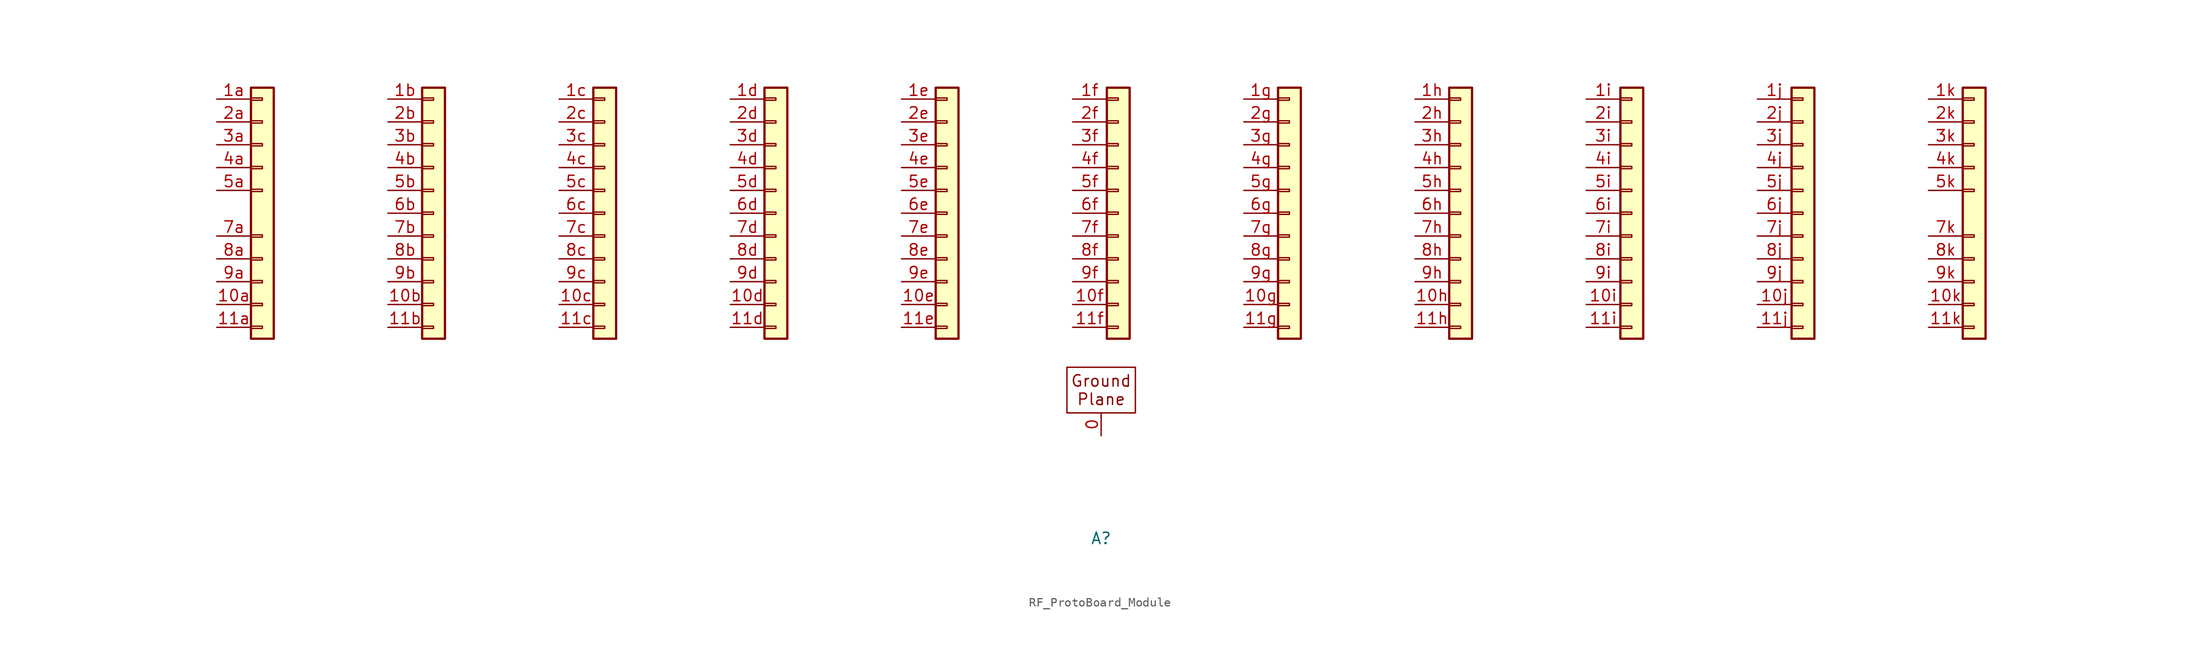
<source format=kicad_sym>
(kicad_symbol_lib
  (version 20220914)
  (generator kicad_symbol_editor)
  (symbol "RF_ProtoBoard_Module"
    (pin_names hide)
    (property "Reference" "A"
      (at 0 -36.195 0)
      (effects (font (size 1.27 1.27))))
    (symbol "RF_ProtoBoard_Module_0_1"
      (rectangle (start -3.81 -17.145) (end 3.81 -22.225) (stroke (width 0) (type default)) (fill (type none))))
    (symbol "RF_ProtoBoard_Module_1_1"
      (rectangle (start -94.615 -12.573) (end -93.345 -12.827) (stroke (width 0.152) (type default)) (fill (type none)))
      (rectangle (start -94.615 -10.033) (end -93.345 -10.287) (stroke (width 0.152) (type default)) (fill (type none)))
      (rectangle (start -94.615 -7.493) (end -93.345 -7.747) (stroke (width 0.152) (type default)) (fill (type none)))
      (rectangle (start -94.615 -4.953) (end -93.345 -5.207) (stroke (width 0.152) (type default)) (fill (type none)))
      (rectangle (start -94.615 -2.413) (end -93.345 -2.667) (stroke (width 0.152) (type default)) (fill (type none)))
      (rectangle (start -94.615 2.667) (end -93.345 2.413) (stroke (width 0.152) (type default)) (fill (type none)))
      (rectangle (start -94.615 5.207) (end -93.345 4.953) (stroke (width 0.152) (type default)) (fill (type none)))
      (rectangle (start -94.615 7.747) (end -93.345 7.493) (stroke (width 0.152) (type default)) (fill (type none)))
      (rectangle (start -94.615 10.287) (end -93.345 10.033) (stroke (width 0.152) (type default)) (fill (type none)))
      (rectangle (start -94.615 12.827) (end -93.345 12.573) (stroke (width 0.152) (type default)) (fill (type none)))
      (rectangle (start -94.615 13.97) (end -92.075 -13.97) (stroke (width 0.254) (type default)) (fill (type background)))
      (rectangle (start -75.565 -12.573) (end -74.295 -12.827) (stroke (width 0.152) (type default)) (fill (type none)))
      (rectangle (start -75.565 -10.033) (end -74.295 -10.287) (stroke (width 0.152) (type default)) (fill (type none)))
      (rectangle (start -75.565 -7.493) (end -74.295 -7.747) (stroke (width 0.152) (type default)) (fill (type none)))
      (rectangle (start -75.565 -4.953) (end -74.295 -5.207) (stroke (width 0.152) (type default)) (fill (type none)))
      (rectangle (start -75.565 -2.413) (end -74.295 -2.667) (stroke (width 0.152) (type default)) (fill (type none)))
      (rectangle (start -75.565 0.127) (end -74.295 -0.127) (stroke (width 0.152) (type default)) (fill (type none)))
      (rectangle (start -75.565 2.667) (end -74.295 2.413) (stroke (width 0.152) (type default)) (fill (type none)))
      (rectangle (start -75.565 5.207) (end -74.295 4.953) (stroke (width 0.152) (type default)) (fill (type none)))
      (rectangle (start -75.565 7.747) (end -74.295 7.493) (stroke (width 0.152) (type default)) (fill (type none)))
      (rectangle (start -75.565 10.287) (end -74.295 10.033) (stroke (width 0.152) (type default)) (fill (type none)))
      (rectangle (start -75.565 12.827) (end -74.295 12.573) (stroke (width 0.152) (type default)) (fill (type none)))
      (rectangle (start -75.565 13.97) (end -73.025 -13.97) (stroke (width 0.254) (type default)) (fill (type background)))
      (rectangle (start -56.515 -12.573) (end -55.245 -12.827) (stroke (width 0.152) (type default)) (fill (type none)))
      (rectangle (start -56.515 -10.033) (end -55.245 -10.287) (stroke (width 0.152) (type default)) (fill (type none)))
      (rectangle (start -56.515 -7.493) (end -55.245 -7.747) (stroke (width 0.152) (type default)) (fill (type none)))
      (rectangle (start -56.515 -4.953) (end -55.245 -5.207) (stroke (width 0.152) (type default)) (fill (type none)))
      (rectangle (start -56.515 -2.413) (end -55.245 -2.667) (stroke (width 0.152) (type default)) (fill (type none)))
      (rectangle (start -56.515 0.127) (end -55.245 -0.127) (stroke (width 0.152) (type default)) (fill (type none)))
      (rectangle (start -56.515 2.667) (end -55.245 2.413) (stroke (width 0.152) (type default)) (fill (type none)))
      (rectangle (start -56.515 5.207) (end -55.245 4.953) (stroke (width 0.152) (type default)) (fill (type none)))
      (rectangle (start -56.515 7.747) (end -55.245 7.493) (stroke (width 0.152) (type default)) (fill (type none)))
      (rectangle (start -56.515 10.287) (end -55.245 10.033) (stroke (width 0.152) (type default)) (fill (type none)))
      (rectangle (start -56.515 12.827) (end -55.245 12.573) (stroke (width 0.152) (type default)) (fill (type none)))
      (rectangle (start -56.515 13.97) (end -53.975 -13.97) (stroke (width 0.254) (type default)) (fill (type background)))
      (rectangle (start -37.465 -12.573) (end -36.195 -12.827) (stroke (width 0.152) (type default)) (fill (type none)))
      (rectangle (start -37.465 -10.033) (end -36.195 -10.287) (stroke (width 0.152) (type default)) (fill (type none)))
      (rectangle (start -37.465 -7.493) (end -36.195 -7.747) (stroke (width 0.152) (type default)) (fill (type none)))
      (rectangle (start -37.465 -4.953) (end -36.195 -5.207) (stroke (width 0.152) (type default)) (fill (type none)))
      (rectangle (start -37.465 -2.413) (end -36.195 -2.667) (stroke (width 0.152) (type default)) (fill (type none)))
      (rectangle (start -37.465 0.127) (end -36.195 -0.127) (stroke (width 0.152) (type default)) (fill (type none)))
      (rectangle (start -37.465 2.667) (end -36.195 2.413) (stroke (width 0.152) (type default)) (fill (type none)))
      (rectangle (start -37.465 5.207) (end -36.195 4.953) (stroke (width 0.152) (type default)) (fill (type none)))
      (rectangle (start -37.465 7.747) (end -36.195 7.493) (stroke (width 0.152) (type default)) (fill (type none)))
      (rectangle (start -37.465 10.287) (end -36.195 10.033) (stroke (width 0.152) (type default)) (fill (type none)))
      (rectangle (start -37.465 12.827) (end -36.195 12.573) (stroke (width 0.152) (type default)) (fill (type none)))
      (rectangle (start -37.465 13.97) (end -34.925 -13.97) (stroke (width 0.254) (type default)) (fill (type background)))
      (rectangle (start -18.415 -12.573) (end -17.145 -12.827) (stroke (width 0.152) (type default)) (fill (type none)))
      (rectangle (start -18.415 -10.033) (end -17.145 -10.287) (stroke (width 0.152) (type default)) (fill (type none)))
      (rectangle (start -18.415 -7.493) (end -17.145 -7.747) (stroke (width 0.152) (type default)) (fill (type none)))
      (rectangle (start -18.415 -4.953) (end -17.145 -5.207) (stroke (width 0.152) (type default)) (fill (type none)))
      (rectangle (start -18.415 -2.413) (end -17.145 -2.667) (stroke (width 0.152) (type default)) (fill (type none)))
      (rectangle (start -18.415 0.127) (end -17.145 -0.127) (stroke (width 0.152) (type default)) (fill (type none)))
      (rectangle (start -18.415 2.667) (end -17.145 2.413) (stroke (width 0.152) (type default)) (fill (type none)))
      (rectangle (start -18.415 5.207) (end -17.145 4.953) (stroke (width 0.152) (type default)) (fill (type none)))
      (rectangle (start -18.415 7.747) (end -17.145 7.493) (stroke (width 0.152) (type default)) (fill (type none)))
      (rectangle (start -18.415 10.287) (end -17.145 10.033) (stroke (width 0.152) (type default)) (fill (type none)))
      (rectangle (start -18.415 12.827) (end -17.145 12.573) (stroke (width 0.152) (type default)) (fill (type none)))
      (rectangle (start -18.415 13.97) (end -15.875 -13.97) (stroke (width 0.254) (type default)) (fill (type background)))
      (rectangle (start 0.635 -12.573) (end 1.905 -12.827) (stroke (width 0.152) (type default)) (fill (type none)))
      (rectangle (start 0.635 -10.033) (end 1.905 -10.287) (stroke (width 0.152) (type default)) (fill (type none)))
      (rectangle (start 0.635 -7.493) (end 1.905 -7.747) (stroke (width 0.152) (type default)) (fill (type none)))
      (rectangle (start 0.635 -4.953) (end 1.905 -5.207) (stroke (width 0.152) (type default)) (fill (type none)))
      (rectangle (start 0.635 -2.413) (end 1.905 -2.667) (stroke (width 0.152) (type default)) (fill (type none)))
      (rectangle (start 0.635 0.127) (end 1.905 -0.127) (stroke (width 0.152) (type default)) (fill (type none)))
      (rectangle (start 0.635 2.667) (end 1.905 2.413) (stroke (width 0.152) (type default)) (fill (type none)))
      (rectangle (start 0.635 5.207) (end 1.905 4.953) (stroke (width 0.152) (type default)) (fill (type none)))
      (rectangle (start 0.635 7.747) (end 1.905 7.493) (stroke (width 0.152) (type default)) (fill (type none)))
      (rectangle (start 0.635 10.287) (end 1.905 10.033) (stroke (width 0.152) (type default)) (fill (type none)))
      (rectangle (start 0.635 12.827) (end 1.905 12.573) (stroke (width 0.152) (type default)) (fill (type none)))
      (rectangle (start 0.635 13.97) (end 3.175 -13.97) (stroke (width 0.254) (type default)) (fill (type background)))
      (rectangle (start 19.685 -12.573) (end 20.955 -12.827) (stroke (width 0.152) (type default)) (fill (type none)))
      (rectangle (start 19.685 -10.033) (end 20.955 -10.287) (stroke (width 0.152) (type default)) (fill (type none)))
      (rectangle (start 19.685 -7.493) (end 20.955 -7.747) (stroke (width 0.152) (type default)) (fill (type none)))
      (rectangle (start 19.685 -4.953) (end 20.955 -5.207) (stroke (width 0.152) (type default)) (fill (type none)))
      (rectangle (start 19.685 -2.413) (end 20.955 -2.667) (stroke (width 0.152) (type default)) (fill (type none)))
      (rectangle (start 19.685 0.127) (end 20.955 -0.127) (stroke (width 0.152) (type default)) (fill (type none)))
      (rectangle (start 19.685 2.667) (end 20.955 2.413) (stroke (width 0.152) (type default)) (fill (type none)))
      (rectangle (start 19.685 5.207) (end 20.955 4.953) (stroke (width 0.152) (type default)) (fill (type none)))
      (rectangle (start 19.685 7.747) (end 20.955 7.493) (stroke (width 0.152) (type default)) (fill (type none)))
      (rectangle (start 19.685 10.287) (end 20.955 10.033) (stroke (width 0.152) (type default)) (fill (type none)))
      (rectangle (start 19.685 12.827) (end 20.955 12.573) (stroke (width 0.152) (type default)) (fill (type none)))
      (rectangle (start 19.685 13.97) (end 22.225 -13.97) (stroke (width 0.254) (type default)) (fill (type background)))
      (rectangle (start 38.735 -12.573) (end 40.005 -12.827) (stroke (width 0.152) (type default)) (fill (type none)))
      (rectangle (start 38.735 -10.033) (end 40.005 -10.287) (stroke (width 0.152) (type default)) (fill (type none)))
      (rectangle (start 38.735 -7.493) (end 40.005 -7.747) (stroke (width 0.152) (type default)) (fill (type none)))
      (rectangle (start 38.735 -4.953) (end 40.005 -5.207) (stroke (width 0.152) (type default)) (fill (type none)))
      (rectangle (start 38.735 -2.413) (end 40.005 -2.667) (stroke (width 0.152) (type default)) (fill (type none)))
      (rectangle (start 38.735 0.127) (end 40.005 -0.127) (stroke (width 0.152) (type default)) (fill (type none)))
      (rectangle (start 38.735 2.667) (end 40.005 2.413) (stroke (width 0.152) (type default)) (fill (type none)))
      (rectangle (start 38.735 5.207) (end 40.005 4.953) (stroke (width 0.152) (type default)) (fill (type none)))
      (rectangle (start 38.735 7.747) (end 40.005 7.493) (stroke (width 0.152) (type default)) (fill (type none)))
      (rectangle (start 38.735 10.287) (end 40.005 10.033) (stroke (width 0.152) (type default)) (fill (type none)))
      (rectangle (start 38.735 12.827) (end 40.005 12.573) (stroke (width 0.152) (type default)) (fill (type none)))
      (rectangle (start 38.735 13.97) (end 41.275 -13.97) (stroke (width 0.254) (type default)) (fill (type background)))
      (rectangle (start 57.785 -12.573) (end 59.055 -12.827) (stroke (width 0.152) (type default)) (fill (type none)))
      (rectangle (start 57.785 -10.033) (end 59.055 -10.287) (stroke (width 0.152) (type default)) (fill (type none)))
      (rectangle (start 57.785 -7.493) (end 59.055 -7.747) (stroke (width 0.152) (type default)) (fill (type none)))
      (rectangle (start 57.785 -4.953) (end 59.055 -5.207) (stroke (width 0.152) (type default)) (fill (type none)))
      (rectangle (start 57.785 -2.413) (end 59.055 -2.667) (stroke (width 0.152) (type default)) (fill (type none)))
      (rectangle (start 57.785 0.127) (end 59.055 -0.127) (stroke (width 0.152) (type default)) (fill (type none)))
      (rectangle (start 57.785 2.667) (end 59.055 2.413) (stroke (width 0.152) (type default)) (fill (type none)))
      (rectangle (start 57.785 5.207) (end 59.055 4.953) (stroke (width 0.152) (type default)) (fill (type none)))
      (rectangle (start 57.785 7.747) (end 59.055 7.493) (stroke (width 0.152) (type default)) (fill (type none)))
      (rectangle (start 57.785 10.287) (end 59.055 10.033) (stroke (width 0.152) (type default)) (fill (type none)))
      (rectangle (start 57.785 12.827) (end 59.055 12.573) (stroke (width 0.152) (type default)) (fill (type none)))
      (rectangle (start 57.785 13.97) (end 60.325 -13.97) (stroke (width 0.254) (type default)) (fill (type background)))
      (rectangle (start 76.835 -12.573) (end 78.105 -12.827) (stroke (width 0.152) (type default)) (fill (type none)))
      (rectangle (start 76.835 -10.033) (end 78.105 -10.287) (stroke (width 0.152) (type default)) (fill (type none)))
      (rectangle (start 76.835 -7.493) (end 78.105 -7.747) (stroke (width 0.152) (type default)) (fill (type none)))
      (rectangle (start 76.835 -4.953) (end 78.105 -5.207) (stroke (width 0.152) (type default)) (fill (type none)))
      (rectangle (start 76.835 -2.413) (end 78.105 -2.667) (stroke (width 0.152) (type default)) (fill (type none)))
      (rectangle (start 76.835 0.127) (end 78.105 -0.127) (stroke (width 0.152) (type default)) (fill (type none)))
      (rectangle (start 76.835 2.667) (end 78.105 2.413) (stroke (width 0.152) (type default)) (fill (type none)))
      (rectangle (start 76.835 5.207) (end 78.105 4.953) (stroke (width 0.152) (type default)) (fill (type none)))
      (rectangle (start 76.835 7.747) (end 78.105 7.493) (stroke (width 0.152) (type default)) (fill (type none)))
      (rectangle (start 76.835 10.287) (end 78.105 10.033) (stroke (width 0.152) (type default)) (fill (type none)))
      (rectangle (start 76.835 12.827) (end 78.105 12.573) (stroke (width 0.152) (type default)) (fill (type none)))
      (rectangle (start 76.835 13.97) (end 79.375 -13.97) (stroke (width 0.254) (type default)) (fill (type background)))
      (rectangle (start 95.885 -12.573) (end 97.155 -12.827) (stroke (width 0.152) (type default)) (fill (type none)))
      (rectangle (start 95.885 -10.033) (end 97.155 -10.287) (stroke (width 0.152) (type default)) (fill (type none)))
      (rectangle (start 95.885 -7.493) (end 97.155 -7.747) (stroke (width 0.152) (type default)) (fill (type none)))
      (rectangle (start 95.885 -4.953) (end 97.155 -5.207) (stroke (width 0.152) (type default)) (fill (type none)))
      (rectangle (start 95.885 -2.413) (end 97.155 -2.667) (stroke (width 0.152) (type default)) (fill (type none)))
      (rectangle (start 95.885 2.667) (end 97.155 2.413) (stroke (width 0.152) (type default)) (fill (type none)))
      (rectangle (start 95.885 5.207) (end 97.155 4.953) (stroke (width 0.152) (type default)) (fill (type none)))
      (rectangle (start 95.885 7.747) (end 97.155 7.493) (stroke (width 0.152) (type default)) (fill (type none)))
      (rectangle (start 95.885 10.287) (end 97.155 10.033) (stroke (width 0.152) (type default)) (fill (type none)))
      (rectangle (start 95.885 12.827) (end 97.155 12.573) (stroke (width 0.152) (type default)) (fill (type none)))
      (rectangle (start 95.885 13.97) (end 98.425 -13.97) (stroke (width 0.254) (type default)) (fill (type background)))
      (text "Ground\nPlane" (at 0 -19.685 0) (effects (font (size 1.27 1.27))))
      (pin passive line (at 0 -24.765 90) (length 2.54) (name "Pin_Gnd" (effects (font (size 1.27 1.27)))) (number "0" (effects (font (size 1.27 1.27)))))
      (pin passive line (at -98.425 -10.16 0) (length 3.81) (name "Pin_10a" (effects (font (size 1.27 1.27)))) (number "10a" (effects (font (size 1.27 1.27)))))
      (pin passive line (at -79.375 -10.16 0) (length 3.81) (name "Pin_10b" (effects (font (size 1.27 1.27)))) (number "10b" (effects (font (size 1.27 1.27)))))
      (pin passive line (at -60.325 -10.16 0) (length 3.81) (name "Pin_10c" (effects (font (size 1.27 1.27)))) (number "10c" (effects (font (size 1.27 1.27)))))
      (pin passive line (at -41.275 -10.16 0) (length 3.81) (name "Pin_10d" (effects (font (size 1.27 1.27)))) (number "10d" (effects (font (size 1.27 1.27)))))
      (pin passive line (at -22.225 -10.16 0) (length 3.81) (name "Pin_10e" (effects (font (size 1.27 1.27)))) (number "10e" (effects (font (size 1.27 1.27)))))
      (pin passive line (at -3.175 -10.16 0) (length 3.81) (name "Pin_10f" (effects (font (size 1.27 1.27)))) (number "10f" (effects (font (size 1.27 1.27)))))
      (pin passive line (at 15.875 -10.16 0) (length 3.81) (name "Pin_10g" (effects (font (size 1.27 1.27)))) (number "10g" (effects (font (size 1.27 1.27)))))
      (pin passive line (at 34.925 -10.16 0) (length 3.81) (name "Pin_10h" (effects (font (size 1.27 1.27)))) (number "10h" (effects (font (size 1.27 1.27)))))
      (pin passive line (at 53.975 -10.16 0) (length 3.81) (name "Pin_10i" (effects (font (size 1.27 1.27)))) (number "10i" (effects (font (size 1.27 1.27)))))
      (pin passive line (at 73.025 -10.16 0) (length 3.81) (name "Pin_10j" (effects (font (size 1.27 1.27)))) (number "10j" (effects (font (size 1.27 1.27)))))
      (pin passive line (at 92.075 -10.16 0) (length 3.81) (name "Pin_10k" (effects (font (size 1.27 1.27)))) (number "10k" (effects (font (size 1.27 1.27)))))
      (pin passive line (at -98.425 -12.7 0) (length 3.81) (name "Pin_11a" (effects (font (size 1.27 1.27)))) (number "11a" (effects (font (size 1.27 1.27)))))
      (pin passive line (at -79.375 -12.7 0) (length 3.81) (name "Pin_11b" (effects (font (size 1.27 1.27)))) (number "11b" (effects (font (size 1.27 1.27)))))
      (pin passive line (at -60.325 -12.7 0) (length 3.81) (name "Pin_11c" (effects (font (size 1.27 1.27)))) (number "11c" (effects (font (size 1.27 1.27)))))
      (pin passive line (at -41.275 -12.7 0) (length 3.81) (name "Pin_11d" (effects (font (size 1.27 1.27)))) (number "11d" (effects (font (size 1.27 1.27)))))
      (pin passive line (at -22.225 -12.7 0) (length 3.81) (name "Pin_11e" (effects (font (size 1.27 1.27)))) (number "11e" (effects (font (size 1.27 1.27)))))
      (pin passive line (at -3.175 -12.7 0) (length 3.81) (name "Pin_11f" (effects (font (size 1.27 1.27)))) (number "11f" (effects (font (size 1.27 1.27)))))
      (pin passive line (at 15.875 -12.7 0) (length 3.81) (name "Pin_11g" (effects (font (size 1.27 1.27)))) (number "11g" (effects (font (size 1.27 1.27)))))
      (pin passive line (at 34.925 -12.7 0) (length 3.81) (name "Pin_11h" (effects (font (size 1.27 1.27)))) (number "11h" (effects (font (size 1.27 1.27)))))
      (pin passive line (at 53.975 -12.7 0) (length 3.81) (name "Pin_11i" (effects (font (size 1.27 1.27)))) (number "11i" (effects (font (size 1.27 1.27)))))
      (pin passive line (at 73.025 -12.7 0) (length 3.81) (name "Pin_11j" (effects (font (size 1.27 1.27)))) (number "11j" (effects (font (size 1.27 1.27)))))
      (pin passive line (at 92.075 -12.7 0) (length 3.81) (name "Pin_11k" (effects (font (size 1.27 1.27)))) (number "11k" (effects (font (size 1.27 1.27)))))
      (pin passive line (at -98.425 12.7 0) (length 3.81) (name "Pin_1a" (effects (font (size 1.27 1.27)))) (number "1a" (effects (font (size 1.27 1.27)))))
      (pin passive line (at -79.375 12.7 0) (length 3.81) (name "Pin_1b" (effects (font (size 1.27 1.27)))) (number "1b" (effects (font (size 1.27 1.27)))))
      (pin passive line (at -60.325 12.7 0) (length 3.81) (name "Pin_1c" (effects (font (size 1.27 1.27)))) (number "1c" (effects (font (size 1.27 1.27)))))
      (pin passive line (at -41.275 12.7 0) (length 3.81) (name "Pin_1d" (effects (font (size 1.27 1.27)))) (number "1d" (effects (font (size 1.27 1.27)))))
      (pin passive line (at -22.225 12.7 0) (length 3.81) (name "Pin_1e" (effects (font (size 1.27 1.27)))) (number "1e" (effects (font (size 1.27 1.27)))))
      (pin passive line (at -3.175 12.7 0) (length 3.81) (name "Pin_1f" (effects (font (size 1.27 1.27)))) (number "1f" (effects (font (size 1.27 1.27)))))
      (pin passive line (at 15.875 12.7 0) (length 3.81) (name "Pin_1g" (effects (font (size 1.27 1.27)))) (number "1g" (effects (font (size 1.27 1.27)))))
      (pin passive line (at 34.925 12.7 0) (length 3.81) (name "Pin_1h" (effects (font (size 1.27 1.27)))) (number "1h" (effects (font (size 1.27 1.27)))))
      (pin passive line (at 53.975 12.7 0) (length 3.81) (name "Pin_1i" (effects (font (size 1.27 1.27)))) (number "1i" (effects (font (size 1.27 1.27)))))
      (pin passive line (at 73.025 12.7 0) (length 3.81) (name "Pin_1j" (effects (font (size 1.27 1.27)))) (number "1j" (effects (font (size 1.27 1.27)))))
      (pin passive line (at 92.075 12.7 0) (length 3.81) (name "Pin_1k" (effects (font (size 1.27 1.27)))) (number "1k" (effects (font (size 1.27 1.27)))))
      (pin passive line (at -98.425 10.16 0) (length 3.81) (name "Pin_2a" (effects (font (size 1.27 1.27)))) (number "2a" (effects (font (size 1.27 1.27)))))
      (pin passive line (at -79.375 10.16 0) (length 3.81) (name "Pin_2b" (effects (font (size 1.27 1.27)))) (number "2b" (effects (font (size 1.27 1.27)))))
      (pin passive line (at -60.325 10.16 0) (length 3.81) (name "Pin_2c" (effects (font (size 1.27 1.27)))) (number "2c" (effects (font (size 1.27 1.27)))))
      (pin passive line (at -41.275 10.16 0) (length 3.81) (name "Pin_2d" (effects (font (size 1.27 1.27)))) (number "2d" (effects (font (size 1.27 1.27)))))
      (pin passive line (at -22.225 10.16 0) (length 3.81) (name "Pin_2e" (effects (font (size 1.27 1.27)))) (number "2e" (effects (font (size 1.27 1.27)))))
      (pin passive line (at -3.175 10.16 0) (length 3.81) (name "Pin_2f" (effects (font (size 1.27 1.27)))) (number "2f" (effects (font (size 1.27 1.27)))))
      (pin passive line (at 15.875 10.16 0) (length 3.81) (name "Pin_2g" (effects (font (size 1.27 1.27)))) (number "2g" (effects (font (size 1.27 1.27)))))
      (pin passive line (at 34.925 10.16 0) (length 3.81) (name "Pin_2h" (effects (font (size 1.27 1.27)))) (number "2h" (effects (font (size 1.27 1.27)))))
      (pin passive line (at 53.975 10.16 0) (length 3.81) (name "Pin_2i" (effects (font (size 1.27 1.27)))) (number "2i" (effects (font (size 1.27 1.27)))))
      (pin passive line (at 73.025 10.16 0) (length 3.81) (name "Pin_2j" (effects (font (size 1.27 1.27)))) (number "2j" (effects (font (size 1.27 1.27)))))
      (pin passive line (at 92.075 10.16 0) (length 3.81) (name "Pin_2k" (effects (font (size 1.27 1.27)))) (number "2k" (effects (font (size 1.27 1.27)))))
      (pin passive line (at -98.425 7.62 0) (length 3.81) (name "Pin_3a" (effects (font (size 1.27 1.27)))) (number "3a" (effects (font (size 1.27 1.27)))))
      (pin passive line (at -79.375 7.62 0) (length 3.81) (name "Pin_3b" (effects (font (size 1.27 1.27)))) (number "3b" (effects (font (size 1.27 1.27)))))
      (pin passive line (at -60.325 7.62 0) (length 3.81) (name "Pin_3c" (effects (font (size 1.27 1.27)))) (number "3c" (effects (font (size 1.27 1.27)))))
      (pin passive line (at -41.275 7.62 0) (length 3.81) (name "Pin_3d" (effects (font (size 1.27 1.27)))) (number "3d" (effects (font (size 1.27 1.27)))))
      (pin passive line (at -22.225 7.62 0) (length 3.81) (name "Pin_3e" (effects (font (size 1.27 1.27)))) (number "3e" (effects (font (size 1.27 1.27)))))
      (pin passive line (at -3.175 7.62 0) (length 3.81) (name "Pin_3f" (effects (font (size 1.27 1.27)))) (number "3f" (effects (font (size 1.27 1.27)))))
      (pin passive line (at 15.875 7.62 0) (length 3.81) (name "Pin_3g" (effects (font (size 1.27 1.27)))) (number "3g" (effects (font (size 1.27 1.27)))))
      (pin passive line (at 34.925 7.62 0) (length 3.81) (name "Pin_3h" (effects (font (size 1.27 1.27)))) (number "3h" (effects (font (size 1.27 1.27)))))
      (pin passive line (at 53.975 7.62 0) (length 3.81) (name "Pin_3i" (effects (font (size 1.27 1.27)))) (number "3i" (effects (font (size 1.27 1.27)))))
      (pin passive line (at 73.025 7.62 0) (length 3.81) (name "Pin_3j" (effects (font (size 1.27 1.27)))) (number "3j" (effects (font (size 1.27 1.27)))))
      (pin passive line (at 92.075 7.62 0) (length 3.81) (name "Pin_3k" (effects (font (size 1.27 1.27)))) (number "3k" (effects (font (size 1.27 1.27)))))
      (pin passive line (at -98.425 5.08 0) (length 3.81) (name "Pin_4a" (effects (font (size 1.27 1.27)))) (number "4a" (effects (font (size 1.27 1.27)))))
      (pin passive line (at -79.375 5.08 0) (length 3.81) (name "Pin_4b" (effects (font (size 1.27 1.27)))) (number "4b" (effects (font (size 1.27 1.27)))))
      (pin passive line (at -60.325 5.08 0) (length 3.81) (name "Pin_4c" (effects (font (size 1.27 1.27)))) (number "4c" (effects (font (size 1.27 1.27)))))
      (pin passive line (at -41.275 5.08 0) (length 3.81) (name "Pin_4d" (effects (font (size 1.27 1.27)))) (number "4d" (effects (font (size 1.27 1.27)))))
      (pin passive line (at -22.225 5.08 0) (length 3.81) (name "Pin_4e" (effects (font (size 1.27 1.27)))) (number "4e" (effects (font (size 1.27 1.27)))))
      (pin passive line (at -3.175 5.08 0) (length 3.81) (name "Pin_4f" (effects (font (size 1.27 1.27)))) (number "4f" (effects (font (size 1.27 1.27)))))
      (pin passive line (at 15.875 5.08 0) (length 3.81) (name "Pin_4g" (effects (font (size 1.27 1.27)))) (number "4g" (effects (font (size 1.27 1.27)))))
      (pin passive line (at 34.925 5.08 0) (length 3.81) (name "Pin_4h" (effects (font (size 1.27 1.27)))) (number "4h" (effects (font (size 1.27 1.27)))))
      (pin passive line (at 53.975 5.08 0) (length 3.81) (name "Pin_4i" (effects (font (size 1.27 1.27)))) (number "4i" (effects (font (size 1.27 1.27)))))
      (pin passive line (at 73.025 5.08 0) (length 3.81) (name "Pin_4j" (effects (font (size 1.27 1.27)))) (number "4j" (effects (font (size 1.27 1.27)))))
      (pin passive line (at 92.075 5.08 0) (length 3.81) (name "Pin_4k" (effects (font (size 1.27 1.27)))) (number "4k" (effects (font (size 1.27 1.27)))))
      (pin passive line (at -98.425 2.54 0) (length 3.81) (name "Pin_5a" (effects (font (size 1.27 1.27)))) (number "5a" (effects (font (size 1.27 1.27)))))
      (pin passive line (at -79.375 2.54 0) (length 3.81) (name "Pin_5b" (effects (font (size 1.27 1.27)))) (number "5b" (effects (font (size 1.27 1.27)))))
      (pin passive line (at -60.325 2.54 0) (length 3.81) (name "Pin_5c" (effects (font (size 1.27 1.27)))) (number "5c" (effects (font (size 1.27 1.27)))))
      (pin passive line (at -41.275 2.54 0) (length 3.81) (name "Pin_5d" (effects (font (size 1.27 1.27)))) (number "5d" (effects (font (size 1.27 1.27)))))
      (pin passive line (at -22.225 2.54 0) (length 3.81) (name "Pin_5e" (effects (font (size 1.27 1.27)))) (number "5e" (effects (font (size 1.27 1.27)))))
      (pin passive line (at -3.175 2.54 0) (length 3.81) (name "Pin_5f" (effects (font (size 1.27 1.27)))) (number "5f" (effects (font (size 1.27 1.27)))))
      (pin passive line (at 15.875 2.54 0) (length 3.81) (name "Pin_5g" (effects (font (size 1.27 1.27)))) (number "5g" (effects (font (size 1.27 1.27)))))
      (pin passive line (at 34.925 2.54 0) (length 3.81) (name "Pin_5h" (effects (font (size 1.27 1.27)))) (number "5h" (effects (font (size 1.27 1.27)))))
      (pin passive line (at 53.975 2.54 0) (length 3.81) (name "Pin_5i" (effects (font (size 1.27 1.27)))) (number "5i" (effects (font (size 1.27 1.27)))))
      (pin passive line (at 73.025 2.54 0) (length 3.81) (name "Pin_5j" (effects (font (size 1.27 1.27)))) (number "5j" (effects (font (size 1.27 1.27)))))
      (pin passive line (at 92.075 2.54 0) (length 3.81) (name "Pin_5k" (effects (font (size 1.27 1.27)))) (number "5k" (effects (font (size 1.27 1.27)))))
      (pin passive line (at -79.375 0 0) (length 3.81) (name "Pin_6b" (effects (font (size 1.27 1.27)))) (number "6b" (effects (font (size 1.27 1.27)))))
      (pin passive line (at -60.325 0 0) (length 3.81) (name "Pin_6c" (effects (font (size 1.27 1.27)))) (number "6c" (effects (font (size 1.27 1.27)))))
      (pin passive line (at -41.275 0 0) (length 3.81) (name "Pin_6d" (effects (font (size 1.27 1.27)))) (number "6d" (effects (font (size 1.27 1.27)))))
      (pin passive line (at -22.225 0 0) (length 3.81) (name "Pin_6e" (effects (font (size 1.27 1.27)))) (number "6e" (effects (font (size 1.27 1.27)))))
      (pin passive line (at -3.175 0 0) (length 3.81) (name "Pin_6f" (effects (font (size 1.27 1.27)))) (number "6f" (effects (font (size 1.27 1.27)))))
      (pin passive line (at 15.875 0 0) (length 3.81) (name "Pin_6g" (effects (font (size 1.27 1.27)))) (number "6g" (effects (font (size 1.27 1.27)))))
      (pin passive line (at 34.925 0 0) (length 3.81) (name "Pin_6h" (effects (font (size 1.27 1.27)))) (number "6h" (effects (font (size 1.27 1.27)))))
      (pin passive line (at 53.975 0 0) (length 3.81) (name "Pin_6i" (effects (font (size 1.27 1.27)))) (number "6i" (effects (font (size 1.27 1.27)))))
      (pin passive line (at 73.025 0 0) (length 3.81) (name "Pin_6j" (effects (font (size 1.27 1.27)))) (number "6j" (effects (font (size 1.27 1.27)))))
      (pin passive line (at -98.425 -2.54 0) (length 3.81) (name "Pin_7a" (effects (font (size 1.27 1.27)))) (number "7a" (effects (font (size 1.27 1.27)))))
      (pin passive line (at -79.375 -2.54 0) (length 3.81) (name "Pin_7b" (effects (font (size 1.27 1.27)))) (number "7b" (effects (font (size 1.27 1.27)))))
      (pin passive line (at -60.325 -2.54 0) (length 3.81) (name "Pin_7c" (effects (font (size 1.27 1.27)))) (number "7c" (effects (font (size 1.27 1.27)))))
      (pin passive line (at -41.275 -2.54 0) (length 3.81) (name "Pin_7d" (effects (font (size 1.27 1.27)))) (number "7d" (effects (font (size 1.27 1.27)))))
      (pin passive line (at -22.225 -2.54 0) (length 3.81) (name "Pin_7e" (effects (font (size 1.27 1.27)))) (number "7e" (effects (font (size 1.27 1.27)))))
      (pin passive line (at -3.175 -2.54 0) (length 3.81) (name "Pin_7f" (effects (font (size 1.27 1.27)))) (number "7f" (effects (font (size 1.27 1.27)))))
      (pin passive line (at 15.875 -2.54 0) (length 3.81) (name "Pin_7g" (effects (font (size 1.27 1.27)))) (number "7g" (effects (font (size 1.27 1.27)))))
      (pin passive line (at 34.925 -2.54 0) (length 3.81) (name "Pin_7h" (effects (font (size 1.27 1.27)))) (number "7h" (effects (font (size 1.27 1.27)))))
      (pin passive line (at 53.975 -2.54 0) (length 3.81) (name "Pin_7i" (effects (font (size 1.27 1.27)))) (number "7i" (effects (font (size 1.27 1.27)))))
      (pin passive line (at 73.025 -2.54 0) (length 3.81) (name "Pin_7j" (effects (font (size 1.27 1.27)))) (number "7j" (effects (font (size 1.27 1.27)))))
      (pin passive line (at 92.075 -2.54 0) (length 3.81) (name "Pin_7k" (effects (font (size 1.27 1.27)))) (number "7k" (effects (font (size 1.27 1.27)))))
      (pin passive line (at -98.425 -5.08 0) (length 3.81) (name "Pin_8a" (effects (font (size 1.27 1.27)))) (number "8a" (effects (font (size 1.27 1.27)))))
      (pin passive line (at -79.375 -5.08 0) (length 3.81) (name "Pin_8b" (effects (font (size 1.27 1.27)))) (number "8b" (effects (font (size 1.27 1.27)))))
      (pin passive line (at -60.325 -5.08 0) (length 3.81) (name "Pin_8c" (effects (font (size 1.27 1.27)))) (number "8c" (effects (font (size 1.27 1.27)))))
      (pin passive line (at -41.275 -5.08 0) (length 3.81) (name "Pin_8d" (effects (font (size 1.27 1.27)))) (number "8d" (effects (font (size 1.27 1.27)))))
      (pin passive line (at -22.225 -5.08 0) (length 3.81) (name "Pin_8e" (effects (font (size 1.27 1.27)))) (number "8e" (effects (font (size 1.27 1.27)))))
      (pin passive line (at -3.175 -5.08 0) (length 3.81) (name "Pin_8f" (effects (font (size 1.27 1.27)))) (number "8f" (effects (font (size 1.27 1.27)))))
      (pin passive line (at 15.875 -5.08 0) (length 3.81) (name "Pin_8g" (effects (font (size 1.27 1.27)))) (number "8g" (effects (font (size 1.27 1.27)))))
      (pin passive line (at 34.925 -5.08 0) (length 3.81) (name "Pin_8h" (effects (font (size 1.27 1.27)))) (number "8h" (effects (font (size 1.27 1.27)))))
      (pin passive line (at 53.975 -5.08 0) (length 3.81) (name "Pin_8i" (effects (font (size 1.27 1.27)))) (number "8i" (effects (font (size 1.27 1.27)))))
      (pin passive line (at 73.025 -5.08 0) (length 3.81) (name "Pin_8j" (effects (font (size 1.27 1.27)))) (number "8j" (effects (font (size 1.27 1.27)))))
      (pin passive line (at 92.075 -5.08 0) (length 3.81) (name "Pin_8k" (effects (font (size 1.27 1.27)))) (number "8k" (effects (font (size 1.27 1.27)))))
      (pin passive line (at -98.425 -7.62 0) (length 3.81) (name "Pin_9a" (effects (font (size 1.27 1.27)))) (number "9a" (effects (font (size 1.27 1.27)))))
      (pin passive line (at -79.375 -7.62 0) (length 3.81) (name "Pin_9b" (effects (font (size 1.27 1.27)))) (number "9b" (effects (font (size 1.27 1.27)))))
      (pin passive line (at -60.325 -7.62 0) (length 3.81) (name "Pin_9c" (effects (font (size 1.27 1.27)))) (number "9c" (effects (font (size 1.27 1.27)))))
      (pin passive line (at -41.275 -7.62 0) (length 3.81) (name "Pin_9d" (effects (font (size 1.27 1.27)))) (number "9d" (effects (font (size 1.27 1.27)))))
      (pin passive line (at -22.225 -7.62 0) (length 3.81) (name "Pin_9e" (effects (font (size 1.27 1.27)))) (number "9e" (effects (font (size 1.27 1.27)))))
      (pin passive line (at -3.175 -7.62 0) (length 3.81) (name "Pin_9f" (effects (font (size 1.27 1.27)))) (number "9f" (effects (font (size 1.27 1.27)))))
      (pin passive line (at 15.875 -7.62 0) (length 3.81) (name "Pin_9g" (effects (font (size 1.27 1.27)))) (number "9g" (effects (font (size 1.27 1.27)))))
      (pin passive line (at 34.925 -7.62 0) (length 3.81) (name "Pin_9h" (effects (font (size 1.27 1.27)))) (number "9h" (effects (font (size 1.27 1.27)))))
      (pin passive line (at 53.975 -7.62 0) (length 3.81) (name "Pin_9i" (effects (font (size 1.27 1.27)))) (number "9i" (effects (font (size 1.27 1.27)))))
      (pin passive line (at 73.025 -7.62 0) (length 3.81) (name "Pin_9j" (effects (font (size 1.27 1.27)))) (number "9j" (effects (font (size 1.27 1.27)))))
      (pin passive line (at 92.075 -7.62 0) (length 3.81) (name "Pin_9k" (effects (font (size 1.27 1.27)))) (number "9k" (effects (font (size 1.27 1.27))))))))
</source>
